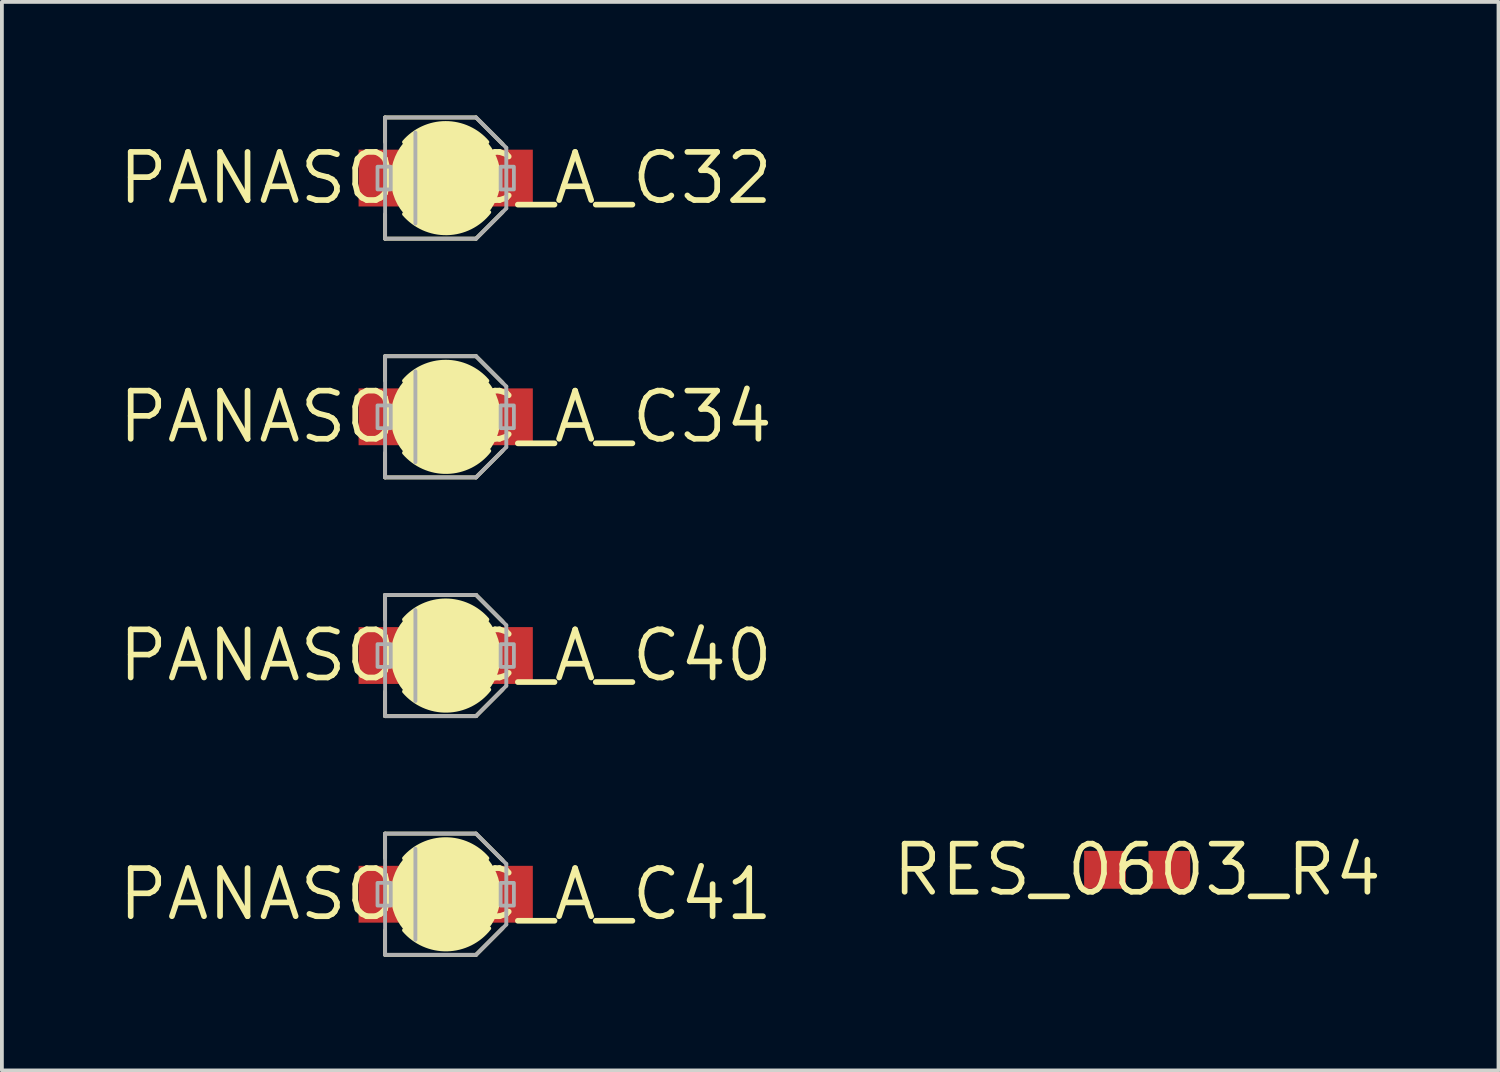
<source format=kicad_pcb>
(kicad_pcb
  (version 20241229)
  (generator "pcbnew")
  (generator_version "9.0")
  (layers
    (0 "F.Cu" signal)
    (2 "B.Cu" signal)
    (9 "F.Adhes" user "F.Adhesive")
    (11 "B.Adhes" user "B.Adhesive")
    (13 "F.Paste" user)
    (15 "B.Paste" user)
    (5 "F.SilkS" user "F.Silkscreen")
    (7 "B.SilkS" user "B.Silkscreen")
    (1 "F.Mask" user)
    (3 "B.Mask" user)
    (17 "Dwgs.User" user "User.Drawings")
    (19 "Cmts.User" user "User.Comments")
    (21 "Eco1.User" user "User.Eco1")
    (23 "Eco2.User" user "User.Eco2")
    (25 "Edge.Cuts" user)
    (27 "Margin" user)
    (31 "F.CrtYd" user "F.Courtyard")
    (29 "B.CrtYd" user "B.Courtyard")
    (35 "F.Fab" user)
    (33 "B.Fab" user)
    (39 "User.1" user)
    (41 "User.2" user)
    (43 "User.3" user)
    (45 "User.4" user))
  (footprint "PANASONIC_A_C34"
    (layer "F.Cu")
    (at 8.716 7.953)
    (property "Reference" "PANASONIC_A_C34" (at 0 0 0) (layer "F.SilkS") (effects (font (size 1.27 1.27) (thickness 0.15))))
    (fp_poly (pts (xy -2.3 -0.75) (xy -0.3 -0.75) (xy -0.3 0.75) (xy -2.3 0.75)) (stroke (width 0) (type default)) (fill yes) (layer "F.Mask"))
    (fp_poly (pts (xy 0.3 -0.75) (xy 2.3 -0.75) (xy 2.3 0.75) (xy 0.3 0.75)) (stroke (width 0) (type default)) (fill yes) (layer "F.Mask"))
    (fp_line (start -1.6 -1.6) (end 0.8 -1.6) (stroke (width 0.102) (type solid)) (layer "F.SilkS"))
    (fp_line (start -1.6 -0.95) (end -1.6 -1.6) (stroke (width 0.102) (type solid)) (layer "F.SilkS"))
    (fp_line (start -1.6 1.6) (end -1.6 0.95) (stroke (width 0.102) (type solid)) (layer "F.SilkS"))
    (fp_line (start 0.8 -1.6) (end 1.5 -0.9) (stroke (width 0.102) (type solid)) (layer "F.SilkS"))
    (fp_line (start 0.8 1.6) (end -1.6 1.6) (stroke (width 0.102) (type solid)) (layer "F.SilkS"))
    (fp_line (start 1.5 0.9) (end 0.8 1.6) (stroke (width 0.102) (type solid)) (layer "F.SilkS"))
    (fp_arc (start -1.1 -0.95) (mid 0 -1.453425) (end 1.1 -0.95) (stroke (width 0.102) (type solid)) (layer "F.SilkS"))
    (fp_arc (start 1.15 0.899999) (mid 0.036814 1.456632) (end -1.1 0.95) (stroke (width 0.102) (type solid)) (layer "F.SilkS"))
    (fp_circle (center 0 0) (end 0.725 0) (stroke (width 1.45) (type solid)) (fill yes) (layer "F.SilkS"))
    (fp_poly (pts (xy -2.3 -0.75) (xy -0.3 -0.75) (xy -0.3 0.75) (xy -2.3 0.75)) (stroke (width 0) (type default)) (fill yes) (layer "F.Paste"))
    (fp_poly (pts (xy 0.3 -0.75) (xy 2.3 -0.75) (xy 2.3 0.75) (xy 0.3 0.75)) (stroke (width 0) (type default)) (fill yes) (layer "F.Paste"))
    (fp_line (start -1.6 -1.6) (end 0.8 -1.6) (stroke (width 0.102) (type solid)) (layer "F.Fab"))
    (fp_line (start -1.6 1.6) (end -1.6 -1.6) (stroke (width 0.102) (type solid)) (layer "F.Fab"))
    (fp_line (start -0.8 -1.2) (end -0.8 1.2) (stroke (width 0.102) (type solid)) (layer "F.Fab"))
    (fp_line (start 0.8 -1.6) (end 1.6 -0.8) (stroke (width 0.102) (type solid)) (layer "F.Fab"))
    (fp_line (start 0.8 1.6) (end -1.6 1.6) (stroke (width 0.102) (type solid)) (layer "F.Fab"))
    (fp_line (start 1.6 -0.8) (end 1.6 0.8) (stroke (width 0.102) (type solid)) (layer "F.Fab"))
    (fp_line (start 1.6 0.8) (end 0.8 1.6) (stroke (width 0.102) (type solid)) (layer "F.Fab"))
    (fp_poly (pts (xy -1.45 -0.3) (xy -1.8 -0.3) (xy -1.8 0.3) (xy -1.45 0.3)) (stroke (width 0.1) (type default)) (fill no) (layer "F.Fab"))
    (fp_poly (pts (xy 1.8 -0.3) (xy 1.45 -0.3) (xy 1.45 0.3) (xy 1.8 0.3)) (stroke (width 0.1) (type default)) (fill no) (layer "F.Fab"))
    (pad "+" smd rect (at 1.3 0) (size 2 1.5) (layers "F.Cu"))
    (pad "-" smd rect (at -1.3 0) (size 2 1.5) (layers "F.Cu")))
  (footprint "PANASONIC_A_C41"
    (layer "F.Cu")
    (at 8.716 20.557)
    (property "Reference" "PANASONIC_A_C41" (at 0 0 0) (layer "F.SilkS") (effects (font (size 1.27 1.27) (thickness 0.15))))
    (fp_poly (pts (xy -2.3 -0.75) (xy -0.3 -0.75) (xy -0.3 0.75) (xy -2.3 0.75)) (stroke (width 0) (type default)) (fill yes) (layer "F.Mask"))
    (fp_poly (pts (xy 0.3 -0.75) (xy 2.3 -0.75) (xy 2.3 0.75) (xy 0.3 0.75)) (stroke (width 0) (type default)) (fill yes) (layer "F.Mask"))
    (fp_line (start -1.6 -1.6) (end 0.8 -1.6) (stroke (width 0.102) (type solid)) (layer "F.SilkS"))
    (fp_line (start -1.6 -0.95) (end -1.6 -1.6) (stroke (width 0.102) (type solid)) (layer "F.SilkS"))
    (fp_line (start -1.6 1.6) (end -1.6 0.95) (stroke (width 0.102) (type solid)) (layer "F.SilkS"))
    (fp_line (start 0.8 -1.6) (end 1.5 -0.9) (stroke (width 0.102) (type solid)) (layer "F.SilkS"))
    (fp_line (start 0.8 1.6) (end -1.6 1.6) (stroke (width 0.102) (type solid)) (layer "F.SilkS"))
    (fp_line (start 1.5 0.9) (end 0.8 1.6) (stroke (width 0.102) (type solid)) (layer "F.SilkS"))
    (fp_arc (start -1.1 -0.95) (mid 0 -1.453425) (end 1.1 -0.95) (stroke (width 0.102) (type solid)) (layer "F.SilkS"))
    (fp_arc (start 1.15 0.899999) (mid 0.036814 1.456632) (end -1.1 0.95) (stroke (width 0.102) (type solid)) (layer "F.SilkS"))
    (fp_circle (center 0 0) (end 0.725 0) (stroke (width 1.45) (type solid)) (fill yes) (layer "F.SilkS"))
    (fp_poly (pts (xy -2.3 -0.75) (xy -0.3 -0.75) (xy -0.3 0.75) (xy -2.3 0.75)) (stroke (width 0) (type default)) (fill yes) (layer "F.Paste"))
    (fp_poly (pts (xy 0.3 -0.75) (xy 2.3 -0.75) (xy 2.3 0.75) (xy 0.3 0.75)) (stroke (width 0) (type default)) (fill yes) (layer "F.Paste"))
    (fp_line (start -1.6 -1.6) (end 0.8 -1.6) (stroke (width 0.102) (type solid)) (layer "F.Fab"))
    (fp_line (start -1.6 1.6) (end -1.6 -1.6) (stroke (width 0.102) (type solid)) (layer "F.Fab"))
    (fp_line (start -0.8 -1.2) (end -0.8 1.2) (stroke (width 0.102) (type solid)) (layer "F.Fab"))
    (fp_line (start 0.8 -1.6) (end 1.6 -0.8) (stroke (width 0.102) (type solid)) (layer "F.Fab"))
    (fp_line (start 0.8 1.6) (end -1.6 1.6) (stroke (width 0.102) (type solid)) (layer "F.Fab"))
    (fp_line (start 1.6 -0.8) (end 1.6 0.8) (stroke (width 0.102) (type solid)) (layer "F.Fab"))
    (fp_line (start 1.6 0.8) (end 0.8 1.6) (stroke (width 0.102) (type solid)) (layer "F.Fab"))
    (fp_poly (pts (xy -1.45 -0.3) (xy -1.8 -0.3) (xy -1.8 0.3) (xy -1.45 0.3)) (stroke (width 0.1) (type default)) (fill no) (layer "F.Fab"))
    (fp_poly (pts (xy 1.8 -0.3) (xy 1.45 -0.3) (xy 1.45 0.3) (xy 1.8 0.3)) (stroke (width 0.1) (type default)) (fill no) (layer "F.Fab"))
    (pad "+" smd rect (at 1.3 0) (size 2 1.5) (layers "F.Cu"))
    (pad "-" smd rect (at -1.3 0) (size 2 1.5) (layers "F.Cu")))
  (footprint "PANASONIC_A_C40"
    (layer "F.Cu")
    (at 8.716 14.255)
    (property "Reference" "PANASONIC_A_C40" (at 0 0 0) (layer "F.SilkS") (effects (font (size 1.27 1.27) (thickness 0.15))))
    (fp_poly (pts (xy -2.3 -0.75) (xy -0.3 -0.75) (xy -0.3 0.75) (xy -2.3 0.75)) (stroke (width 0) (type default)) (fill yes) (layer "F.Mask"))
    (fp_poly (pts (xy 0.3 -0.75) (xy 2.3 -0.75) (xy 2.3 0.75) (xy 0.3 0.75)) (stroke (width 0) (type default)) (fill yes) (layer "F.Mask"))
    (fp_line (start -1.6 -1.6) (end 0.8 -1.6) (stroke (width 0.102) (type solid)) (layer "F.SilkS"))
    (fp_line (start -1.6 -0.95) (end -1.6 -1.6) (stroke (width 0.102) (type solid)) (layer "F.SilkS"))
    (fp_line (start -1.6 1.6) (end -1.6 0.95) (stroke (width 0.102) (type solid)) (layer "F.SilkS"))
    (fp_line (start 0.8 -1.6) (end 1.5 -0.9) (stroke (width 0.102) (type solid)) (layer "F.SilkS"))
    (fp_line (start 0.8 1.6) (end -1.6 1.6) (stroke (width 0.102) (type solid)) (layer "F.SilkS"))
    (fp_line (start 1.5 0.9) (end 0.8 1.6) (stroke (width 0.102) (type solid)) (layer "F.SilkS"))
    (fp_arc (start -1.1 -0.95) (mid 0 -1.453425) (end 1.1 -0.95) (stroke (width 0.102) (type solid)) (layer "F.SilkS"))
    (fp_arc (start 1.15 0.899999) (mid 0.036814 1.456632) (end -1.1 0.95) (stroke (width 0.102) (type solid)) (layer "F.SilkS"))
    (fp_circle (center 0 0) (end 0.725 0) (stroke (width 1.45) (type solid)) (fill yes) (layer "F.SilkS"))
    (fp_poly (pts (xy -2.3 -0.75) (xy -0.3 -0.75) (xy -0.3 0.75) (xy -2.3 0.75)) (stroke (width 0) (type default)) (fill yes) (layer "F.Paste"))
    (fp_poly (pts (xy 0.3 -0.75) (xy 2.3 -0.75) (xy 2.3 0.75) (xy 0.3 0.75)) (stroke (width 0) (type default)) (fill yes) (layer "F.Paste"))
    (fp_line (start -1.6 -1.6) (end 0.8 -1.6) (stroke (width 0.102) (type solid)) (layer "F.Fab"))
    (fp_line (start -1.6 1.6) (end -1.6 -1.6) (stroke (width 0.102) (type solid)) (layer "F.Fab"))
    (fp_line (start -0.8 -1.2) (end -0.8 1.2) (stroke (width 0.102) (type solid)) (layer "F.Fab"))
    (fp_line (start 0.8 -1.6) (end 1.6 -0.8) (stroke (width 0.102) (type solid)) (layer "F.Fab"))
    (fp_line (start 0.8 1.6) (end -1.6 1.6) (stroke (width 0.102) (type solid)) (layer "F.Fab"))
    (fp_line (start 1.6 -0.8) (end 1.6 0.8) (stroke (width 0.102) (type solid)) (layer "F.Fab"))
    (fp_line (start 1.6 0.8) (end 0.8 1.6) (stroke (width 0.102) (type solid)) (layer "F.Fab"))
    (fp_poly (pts (xy -1.45 -0.3) (xy -1.8 -0.3) (xy -1.8 0.3) (xy -1.45 0.3)) (stroke (width 0.1) (type default)) (fill no) (layer "F.Fab"))
    (fp_poly (pts (xy 1.8 -0.3) (xy 1.45 -0.3) (xy 1.45 0.3) (xy 1.8 0.3)) (stroke (width 0.1) (type default)) (fill no) (layer "F.Fab"))
    (pad "+" smd rect (at 1.3 0) (size 2 1.5) (layers "F.Cu"))
    (pad "-" smd rect (at -1.3 0) (size 2 1.5) (layers "F.Cu")))
  (footprint "RES_0603_R4"
    (layer "F.Cu")
    (at 26.97 19.912)
    (property "Reference" "RES_0603_R4" (at 0 0 0) (layer "F.SilkS") (effects (font (size 1.27 1.27) (thickness 0.15))))
    (fp_poly (pts (xy -1.4 0.5) (xy -1.4 -0.5) (xy -0.3 -0.5) (xy -0.3 0.5)) (stroke (width 0) (type default)) (fill yes) (layer "F.Mask"))
    (fp_poly (pts (xy 0.3 0.5) (xy 0.3 -0.5) (xy 1.4 -0.5) (xy 1.4 0.5)) (stroke (width 0) (type default)) (fill yes) (layer "F.Mask"))
    (fp_poly (pts (xy -1.4 0.5) (xy -1.4 -0.5) (xy -0.3 -0.5) (xy -0.3 0.5)) (stroke (width 0) (type default)) (fill yes) (layer "F.Paste"))
    (fp_poly (pts (xy 0.3 0.5) (xy 0.3 -0.5) (xy 1.4 -0.5) (xy 1.4 0.5)) (stroke (width 0) (type default)) (fill yes) (layer "F.Paste"))
    (pad "1" smd rect (at -0.85 0 90) (size 1 1.1) (layers "F.Cu"))
    (pad "2" smd rect (at 0.85 0 90) (size 1 1.1) (layers "F.Cu")))
  (footprint "PANASONIC_A_C32"
    (layer "F.Cu")
    (at 8.716 1.651)
    (property "Reference" "PANASONIC_A_C32" (at 0 0 0) (layer "F.SilkS") (effects (font (size 1.27 1.27) (thickness 0.15))))
    (fp_poly (pts (xy -2.3 -0.75) (xy -0.3 -0.75) (xy -0.3 0.75) (xy -2.3 0.75)) (stroke (width 0) (type default)) (fill yes) (layer "F.Mask"))
    (fp_poly (pts (xy 0.3 -0.75) (xy 2.3 -0.75) (xy 2.3 0.75) (xy 0.3 0.75)) (stroke (width 0) (type default)) (fill yes) (layer "F.Mask"))
    (fp_line (start -1.6 -1.6) (end 0.8 -1.6) (stroke (width 0.102) (type solid)) (layer "F.SilkS"))
    (fp_line (start -1.6 -0.95) (end -1.6 -1.6) (stroke (width 0.102) (type solid)) (layer "F.SilkS"))
    (fp_line (start -1.6 1.6) (end -1.6 0.95) (stroke (width 0.102) (type solid)) (layer "F.SilkS"))
    (fp_line (start 0.8 -1.6) (end 1.5 -0.9) (stroke (width 0.102) (type solid)) (layer "F.SilkS"))
    (fp_line (start 0.8 1.6) (end -1.6 1.6) (stroke (width 0.102) (type solid)) (layer "F.SilkS"))
    (fp_line (start 1.5 0.9) (end 0.8 1.6) (stroke (width 0.102) (type solid)) (layer "F.SilkS"))
    (fp_arc (start -1.1 -0.95) (mid 0 -1.453425) (end 1.1 -0.95) (stroke (width 0.102) (type solid)) (layer "F.SilkS"))
    (fp_arc (start 1.15 0.899999) (mid 0.036814 1.456632) (end -1.1 0.95) (stroke (width 0.102) (type solid)) (layer "F.SilkS"))
    (fp_circle (center 0 0) (end 0.725 0) (stroke (width 1.45) (type solid)) (fill yes) (layer "F.SilkS"))
    (fp_poly (pts (xy -2.3 -0.75) (xy -0.3 -0.75) (xy -0.3 0.75) (xy -2.3 0.75)) (stroke (width 0) (type default)) (fill yes) (layer "F.Paste"))
    (fp_poly (pts (xy 0.3 -0.75) (xy 2.3 -0.75) (xy 2.3 0.75) (xy 0.3 0.75)) (stroke (width 0) (type default)) (fill yes) (layer "F.Paste"))
    (fp_line (start -1.6 -1.6) (end 0.8 -1.6) (stroke (width 0.102) (type solid)) (layer "F.Fab"))
    (fp_line (start -1.6 1.6) (end -1.6 -1.6) (stroke (width 0.102) (type solid)) (layer "F.Fab"))
    (fp_line (start -0.8 -1.2) (end -0.8 1.2) (stroke (width 0.102) (type solid)) (layer "F.Fab"))
    (fp_line (start 0.8 -1.6) (end 1.6 -0.8) (stroke (width 0.102) (type solid)) (layer "F.Fab"))
    (fp_line (start 0.8 1.6) (end -1.6 1.6) (stroke (width 0.102) (type solid)) (layer "F.Fab"))
    (fp_line (start 1.6 -0.8) (end 1.6 0.8) (stroke (width 0.102) (type solid)) (layer "F.Fab"))
    (fp_line (start 1.6 0.8) (end 0.8 1.6) (stroke (width 0.102) (type solid)) (layer "F.Fab"))
    (fp_poly (pts (xy -1.45 -0.3) (xy -1.8 -0.3) (xy -1.8 0.3) (xy -1.45 0.3)) (stroke (width 0.1) (type default)) (fill no) (layer "F.Fab"))
    (fp_poly (pts (xy 1.8 -0.3) (xy 1.45 -0.3) (xy 1.45 0.3) (xy 1.8 0.3)) (stroke (width 0.1) (type default)) (fill no) (layer "F.Fab"))
    (pad "+" smd rect (at 1.3 0) (size 2 1.5) (layers "F.Cu"))
    (pad "-" smd rect (at -1.3 0) (size 2 1.5) (layers "F.Cu")))
  (gr_rect
    (start -3 -3)
    (end 36.509 25.208)
    (stroke (width 0.1) (type default))
    (fill no)
    (layer "Edge.Cuts")))
</source>
